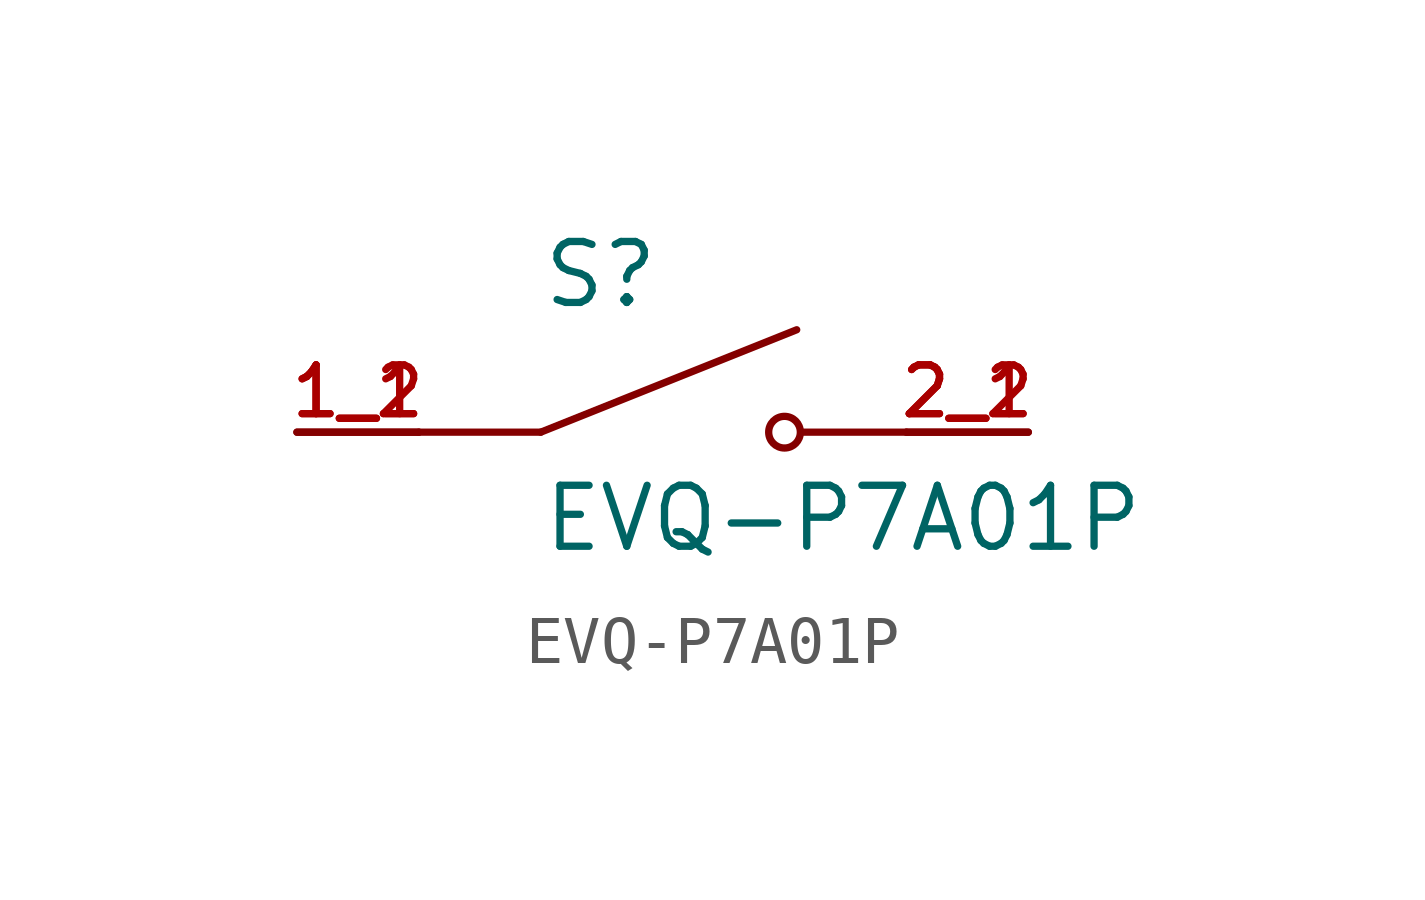
<source format=kicad_sym>
(kicad_symbol_lib
  (version 20211014)
  (generator kicad_symbol_editor)
  (symbol "EVQ-P7A01P"
    (pin_names
      (offset 1.016))
    (property "Reference" "S"
      (at -2.54 2.54 0)
      (effects (font (size 1.27 1.27)) (justify bottom left)))
    (property "Value" "EVQ-P7A01P"
      (at -2.54 -2.54 0)
      (effects (font (size 1.27 1.27)) (justify bottom left)))
    (symbol "EVQ-P7A01P_0_0"
      (polyline (pts (xy -2.54 0.0) (xy 2.794 2.134)) (stroke (width 0.152)))
      (circle (center 2.54 0.0) (radius 0.33) (stroke (width 0.152)) (fill (type none)))
      (polyline (pts (xy 5.08 0.0) (xy 2.921 0.0)) (stroke (width 0.152)))
      (polyline (pts (xy -2.54 0.0) (xy -5.08 0.0)) (stroke (width 0.152)))
      (pin passive line (at -7.62 0.0 0) (length 2.54) (name "~" (effects (font (size 1.016 1.016)))) (number "1_1" (effects (font (size 1.016 1.016)))))
      (pin passive line (at 7.62 0.0 180.0) (length 2.54) (name "~" (effects (font (size 1.016 1.016)))) (number "2_1" (effects (font (size 1.016 1.016)))))
      (pin passive line (at -7.62 0.0 0) (length 2.54) (name "~" (effects (font (size 1.016 1.016)))) (number "1_2" (effects (font (size 1.016 1.016)))))
      (pin passive line (at 7.62 0.0 180.0) (length 2.54) (name "~" (effects (font (size 1.016 1.016)))) (number "2_2" (effects (font (size 1.016 1.016))))))))
</source>
